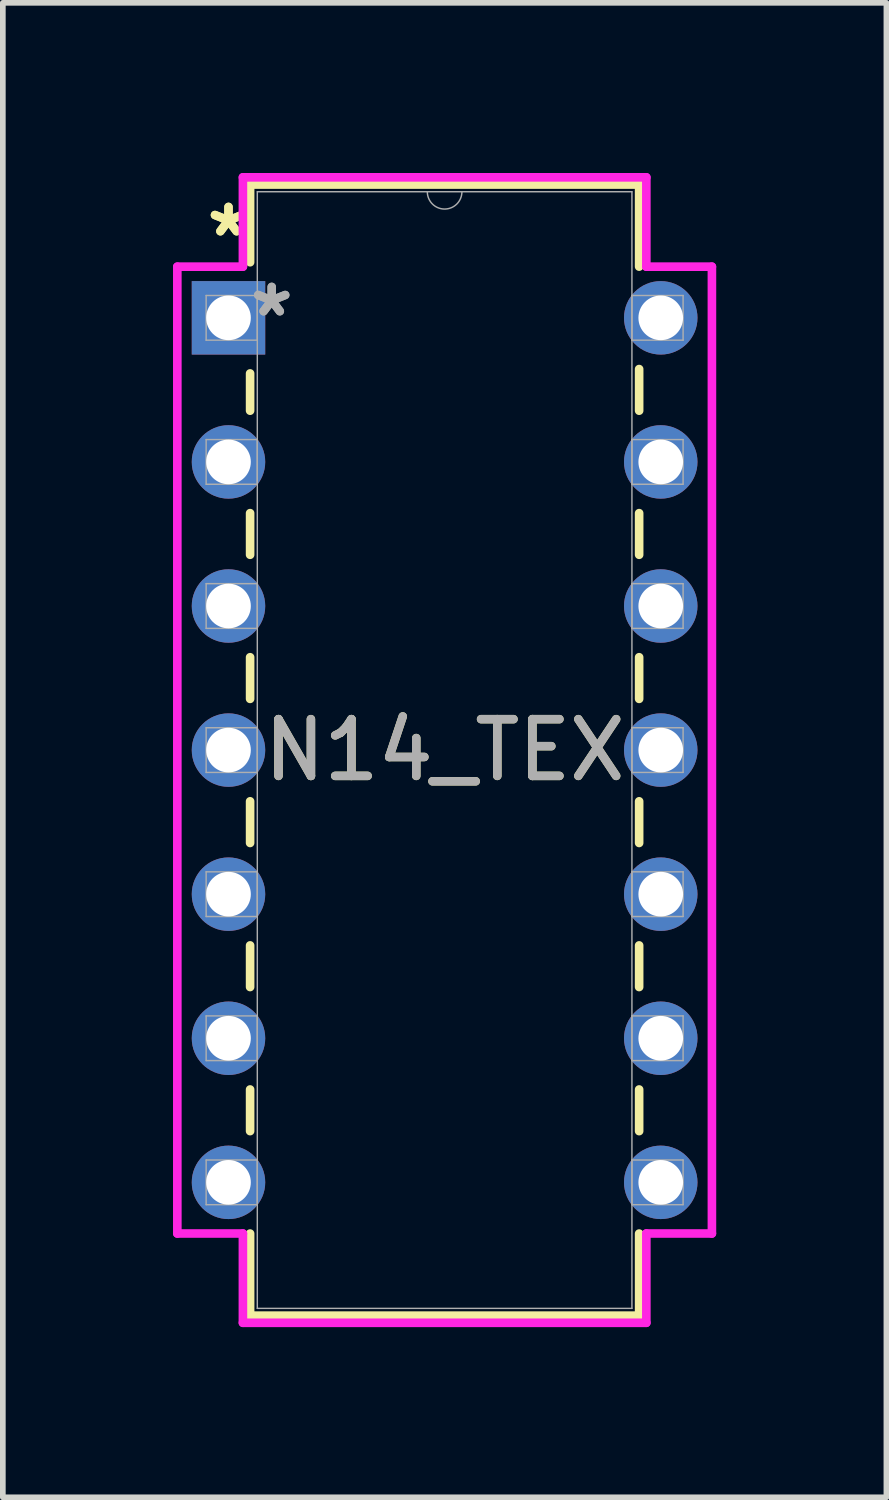
<source format=kicad_pcb>
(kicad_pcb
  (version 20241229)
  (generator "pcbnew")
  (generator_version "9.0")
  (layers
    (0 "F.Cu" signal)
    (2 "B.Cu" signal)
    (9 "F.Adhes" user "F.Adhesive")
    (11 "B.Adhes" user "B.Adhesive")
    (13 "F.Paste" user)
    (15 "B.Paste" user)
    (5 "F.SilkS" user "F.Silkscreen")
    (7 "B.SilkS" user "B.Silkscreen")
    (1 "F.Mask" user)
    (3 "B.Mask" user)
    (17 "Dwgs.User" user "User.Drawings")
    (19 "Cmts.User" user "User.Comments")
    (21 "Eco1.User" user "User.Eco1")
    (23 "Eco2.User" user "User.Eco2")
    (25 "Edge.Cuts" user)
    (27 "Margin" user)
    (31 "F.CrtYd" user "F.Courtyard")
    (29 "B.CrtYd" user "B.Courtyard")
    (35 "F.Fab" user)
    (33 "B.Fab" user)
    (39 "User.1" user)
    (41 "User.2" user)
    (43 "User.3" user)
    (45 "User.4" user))
  (footprint "N14_TEX"
    (layer "F.Cu")
    (at 0.978 2.553)
    (property "Reference" "N14_TEX" (at 3.81 7.62 0) (unlocked yes) (layer "F.SilkS") (effects (font (size 1 1) (thickness 0.15))))
    (attr through_hole)
    (fp_line (start 0.381 -2.349) (end 0.381 -0.98) (stroke (width 0.152) (type solid)) (layer "F.SilkS"))
    (fp_line (start 0.381 0.98) (end 0.381 1.637) (stroke (width 0.152) (type solid)) (layer "F.SilkS"))
    (fp_line (start 0.381 3.443) (end 0.381 4.177) (stroke (width 0.152) (type solid)) (layer "F.SilkS"))
    (fp_line (start 0.381 5.983) (end 0.381 6.717) (stroke (width 0.152) (type solid)) (layer "F.SilkS"))
    (fp_line (start 0.381 8.523) (end 0.381 9.257) (stroke (width 0.152) (type solid)) (layer "F.SilkS"))
    (fp_line (start 0.381 11.063) (end 0.381 11.797) (stroke (width 0.152) (type solid)) (layer "F.SilkS"))
    (fp_line (start 0.381 13.603) (end 0.381 14.337) (stroke (width 0.152) (type solid)) (layer "F.SilkS"))
    (fp_line (start 0.381 16.143) (end 0.381 17.59) (stroke (width 0.152) (type solid)) (layer "F.SilkS"))
    (fp_line (start 0.381 17.59) (end 7.239 17.59) (stroke (width 0.152) (type solid)) (layer "F.SilkS"))
    (fp_line (start 7.239 -2.349) (end 0.381 -2.349) (stroke (width 0.152) (type solid)) (layer "F.SilkS"))
    (fp_line (start 7.239 -0.903) (end 7.239 -2.349) (stroke (width 0.152) (type solid)) (layer "F.SilkS"))
    (fp_line (start 7.239 1.637) (end 7.239 0.903) (stroke (width 0.152) (type solid)) (layer "F.SilkS"))
    (fp_line (start 7.239 4.177) (end 7.239 3.443) (stroke (width 0.152) (type solid)) (layer "F.SilkS"))
    (fp_line (start 7.239 6.717) (end 7.239 5.983) (stroke (width 0.152) (type solid)) (layer "F.SilkS"))
    (fp_line (start 7.239 9.257) (end 7.239 8.523) (stroke (width 0.152) (type solid)) (layer "F.SilkS"))
    (fp_line (start 7.239 11.797) (end 7.239 11.063) (stroke (width 0.152) (type solid)) (layer "F.SilkS"))
    (fp_line (start 7.239 14.337) (end 7.239 13.603) (stroke (width 0.152) (type solid)) (layer "F.SilkS"))
    (fp_line (start 7.239 17.59) (end 7.239 16.143) (stroke (width 0.152) (type solid)) (layer "F.SilkS"))
    (fp_line (start -0.902 -0.902) (end 0.254 -0.902) (stroke (width 0.152) (type solid)) (layer "F.CrtYd"))
    (fp_line (start -0.902 16.142) (end -0.902 -0.902) (stroke (width 0.152) (type solid)) (layer "F.CrtYd"))
    (fp_line (start 0.254 -2.477) (end 7.366 -2.477) (stroke (width 0.152) (type solid)) (layer "F.CrtYd"))
    (fp_line (start 0.254 -0.902) (end 0.254 -2.477) (stroke (width 0.152) (type solid)) (layer "F.CrtYd"))
    (fp_line (start 0.254 16.142) (end -0.902 16.142) (stroke (width 0.152) (type solid)) (layer "F.CrtYd"))
    (fp_line (start 0.254 17.716) (end 0.254 16.142) (stroke (width 0.152) (type solid)) (layer "F.CrtYd"))
    (fp_line (start 7.366 -2.477) (end 7.366 -0.902) (stroke (width 0.152) (type solid)) (layer "F.CrtYd"))
    (fp_line (start 7.366 16.142) (end 7.366 17.716) (stroke (width 0.152) (type solid)) (layer "F.CrtYd"))
    (fp_line (start 7.366 17.716) (end 0.254 17.716) (stroke (width 0.152) (type solid)) (layer "F.CrtYd"))
    (fp_line (start 8.522 -0.902) (end 7.366 -0.902) (stroke (width 0.152) (type solid)) (layer "F.CrtYd"))
    (fp_line (start 8.522 -0.902) (end 8.522 16.142) (stroke (width 0.152) (type solid)) (layer "F.CrtYd"))
    (fp_line (start 8.522 16.142) (end 7.366 16.142) (stroke (width 0.152) (type solid)) (layer "F.CrtYd"))
    (fp_line (start -0.394 -0.394) (end -0.394 0.394) (stroke (width 0.025) (type solid)) (layer "F.Fab"))
    (fp_line (start -0.394 0.394) (end 0.508 0.394) (stroke (width 0.025) (type solid)) (layer "F.Fab"))
    (fp_line (start -0.394 2.146) (end -0.394 2.934) (stroke (width 0.025) (type solid)) (layer "F.Fab"))
    (fp_line (start -0.394 2.934) (end 0.508 2.934) (stroke (width 0.025) (type solid)) (layer "F.Fab"))
    (fp_line (start -0.394 4.686) (end -0.394 5.474) (stroke (width 0.025) (type solid)) (layer "F.Fab"))
    (fp_line (start -0.394 5.474) (end 0.508 5.474) (stroke (width 0.025) (type solid)) (layer "F.Fab"))
    (fp_line (start -0.394 7.226) (end -0.394 8.014) (stroke (width 0.025) (type solid)) (layer "F.Fab"))
    (fp_line (start -0.394 8.014) (end 0.508 8.014) (stroke (width 0.025) (type solid)) (layer "F.Fab"))
    (fp_line (start -0.394 9.766) (end -0.394 10.554) (stroke (width 0.025) (type solid)) (layer "F.Fab"))
    (fp_line (start -0.394 10.554) (end 0.508 10.554) (stroke (width 0.025) (type solid)) (layer "F.Fab"))
    (fp_line (start -0.394 12.306) (end -0.394 13.094) (stroke (width 0.025) (type solid)) (layer "F.Fab"))
    (fp_line (start -0.394 13.094) (end 0.508 13.094) (stroke (width 0.025) (type solid)) (layer "F.Fab"))
    (fp_line (start -0.394 14.846) (end -0.394 15.634) (stroke (width 0.025) (type solid)) (layer "F.Fab"))
    (fp_line (start -0.394 15.634) (end 0.508 15.634) (stroke (width 0.025) (type solid)) (layer "F.Fab"))
    (fp_line (start 0.508 -2.223) (end 0.508 17.462) (stroke (width 0.025) (type solid)) (layer "F.Fab"))
    (fp_line (start 0.508 -0.394) (end -0.394 -0.394) (stroke (width 0.025) (type solid)) (layer "F.Fab"))
    (fp_line (start 0.508 0.394) (end 0.508 -0.394) (stroke (width 0.025) (type solid)) (layer "F.Fab"))
    (fp_line (start 0.508 2.146) (end -0.394 2.146) (stroke (width 0.025) (type solid)) (layer "F.Fab"))
    (fp_line (start 0.508 2.934) (end 0.508 2.146) (stroke (width 0.025) (type solid)) (layer "F.Fab"))
    (fp_line (start 0.508 4.686) (end -0.394 4.686) (stroke (width 0.025) (type solid)) (layer "F.Fab"))
    (fp_line (start 0.508 5.474) (end 0.508 4.686) (stroke (width 0.025) (type solid)) (layer "F.Fab"))
    (fp_line (start 0.508 7.226) (end -0.394 7.226) (stroke (width 0.025) (type solid)) (layer "F.Fab"))
    (fp_line (start 0.508 8.014) (end 0.508 7.226) (stroke (width 0.025) (type solid)) (layer "F.Fab"))
    (fp_line (start 0.508 9.766) (end -0.394 9.766) (stroke (width 0.025) (type solid)) (layer "F.Fab"))
    (fp_line (start 0.508 10.554) (end 0.508 9.766) (stroke (width 0.025) (type solid)) (layer "F.Fab"))
    (fp_line (start 0.508 12.306) (end -0.394 12.306) (stroke (width 0.025) (type solid)) (layer "F.Fab"))
    (fp_line (start 0.508 13.094) (end 0.508 12.306) (stroke (width 0.025) (type solid)) (layer "F.Fab"))
    (fp_line (start 0.508 14.846) (end -0.394 14.846) (stroke (width 0.025) (type solid)) (layer "F.Fab"))
    (fp_line (start 0.508 15.634) (end 0.508 14.846) (stroke (width 0.025) (type solid)) (layer "F.Fab"))
    (fp_line (start 0.508 17.462) (end 7.112 17.462) (stroke (width 0.025) (type solid)) (layer "F.Fab"))
    (fp_line (start 7.112 -2.223) (end 0.508 -2.223) (stroke (width 0.025) (type solid)) (layer "F.Fab"))
    (fp_line (start 7.112 -0.394) (end 7.112 0.394) (stroke (width 0.025) (type solid)) (layer "F.Fab"))
    (fp_line (start 7.112 0.394) (end 8.014 0.394) (stroke (width 0.025) (type solid)) (layer "F.Fab"))
    (fp_line (start 7.112 2.146) (end 7.112 2.934) (stroke (width 0.025) (type solid)) (layer "F.Fab"))
    (fp_line (start 7.112 2.934) (end 8.014 2.934) (stroke (width 0.025) (type solid)) (layer "F.Fab"))
    (fp_line (start 7.112 4.686) (end 7.112 5.474) (stroke (width 0.025) (type solid)) (layer "F.Fab"))
    (fp_line (start 7.112 5.474) (end 8.014 5.474) (stroke (width 0.025) (type solid)) (layer "F.Fab"))
    (fp_line (start 7.112 7.226) (end 7.112 8.014) (stroke (width 0.025) (type solid)) (layer "F.Fab"))
    (fp_line (start 7.112 8.014) (end 8.014 8.014) (stroke (width 0.025) (type solid)) (layer "F.Fab"))
    (fp_line (start 7.112 9.766) (end 7.112 10.554) (stroke (width 0.025) (type solid)) (layer "F.Fab"))
    (fp_line (start 7.112 10.554) (end 8.014 10.554) (stroke (width 0.025) (type solid)) (layer "F.Fab"))
    (fp_line (start 7.112 12.306) (end 7.112 13.094) (stroke (width 0.025) (type solid)) (layer "F.Fab"))
    (fp_line (start 7.112 13.094) (end 8.014 13.094) (stroke (width 0.025) (type solid)) (layer "F.Fab"))
    (fp_line (start 7.112 14.846) (end 7.112 15.634) (stroke (width 0.025) (type solid)) (layer "F.Fab"))
    (fp_line (start 7.112 15.634) (end 8.014 15.634) (stroke (width 0.025) (type solid)) (layer "F.Fab"))
    (fp_line (start 7.112 17.462) (end 7.112 -2.223) (stroke (width 0.025) (type solid)) (layer "F.Fab"))
    (fp_line (start 8.014 -0.394) (end 7.112 -0.394) (stroke (width 0.025) (type solid)) (layer "F.Fab"))
    (fp_line (start 8.014 0.394) (end 8.014 -0.394) (stroke (width 0.025) (type solid)) (layer "F.Fab"))
    (fp_line (start 8.014 2.146) (end 7.112 2.146) (stroke (width 0.025) (type solid)) (layer "F.Fab"))
    (fp_line (start 8.014 2.934) (end 8.014 2.146) (stroke (width 0.025) (type solid)) (layer "F.Fab"))
    (fp_line (start 8.014 4.686) (end 7.112 4.686) (stroke (width 0.025) (type solid)) (layer "F.Fab"))
    (fp_line (start 8.014 5.474) (end 8.014 4.686) (stroke (width 0.025) (type solid)) (layer "F.Fab"))
    (fp_line (start 8.014 7.226) (end 7.112 7.226) (stroke (width 0.025) (type solid)) (layer "F.Fab"))
    (fp_line (start 8.014 8.014) (end 8.014 7.226) (stroke (width 0.025) (type solid)) (layer "F.Fab"))
    (fp_line (start 8.014 9.766) (end 7.112 9.766) (stroke (width 0.025) (type solid)) (layer "F.Fab"))
    (fp_line (start 8.014 10.554) (end 8.014 9.766) (stroke (width 0.025) (type solid)) (layer "F.Fab"))
    (fp_line (start 8.014 12.306) (end 7.112 12.306) (stroke (width 0.025) (type solid)) (layer "F.Fab"))
    (fp_line (start 8.014 13.094) (end 8.014 12.306) (stroke (width 0.025) (type solid)) (layer "F.Fab"))
    (fp_line (start 8.014 14.846) (end 7.112 14.846) (stroke (width 0.025) (type solid)) (layer "F.Fab"))
    (fp_line (start 8.014 15.634) (end 8.014 14.846) (stroke (width 0.025) (type solid)) (layer "F.Fab"))
    (fp_arc (start 4.1148 -2.2225) (mid 3.81 -1.9177) (end 3.5052 -2.2225) (stroke (width 0.0254) (type solid)) (layer "F.Fab"))
    (fp_text user "*" (at 0 -1.41 0) (layer "F.SilkS") (effects (font (size 1 1) (thickness 0.15))))
    (fp_text user "*" (at 0 -1.41 0) (unlocked yes) (layer "F.SilkS") (effects (font (size 1 1) (thickness 0.15))))
    (fp_text user "*" (at 0.762 0 0) (unlocked yes) (layer "F.Fab") (effects (font (size 1 1) (thickness 0.15))))
    (fp_text user "${REFERENCE}" (at 3.81 7.62 0) (unlocked yes) (layer "F.Fab") (effects (font (size 1 1) (thickness 0.15))))
    (fp_text user "*" (at 0.762 0 0) (layer "F.Fab") (effects (font (size 1 1) (thickness 0.15))))
    (pad "1" thru_hole rect (at 0 0) (size 1.295 1.295) (drill 0.787) (layers "*.Cu" "*.Mask"))
    (pad "2" thru_hole circle (at 0 2.54) (size 1.295 1.295) (drill 0.787) (layers "*.Cu" "*.Mask"))
    (pad "3" thru_hole circle (at 0 5.08) (size 1.295 1.295) (drill 0.787) (layers "*.Cu" "*.Mask"))
    (pad "4" thru_hole circle (at 0 7.62) (size 1.295 1.295) (drill 0.787) (layers "*.Cu" "*.Mask"))
    (pad "5" thru_hole circle (at 0 10.16) (size 1.295 1.295) (drill 0.787) (layers "*.Cu" "*.Mask"))
    (pad "6" thru_hole circle (at 0 12.7) (size 1.295 1.295) (drill 0.787) (layers "*.Cu" "*.Mask"))
    (pad "7" thru_hole circle (at 0 15.24) (size 1.295 1.295) (drill 0.787) (layers "*.Cu" "*.Mask"))
    (pad "8" thru_hole circle (at 7.62 15.24) (size 1.295 1.295) (drill 0.787) (layers "*.Cu" "*.Mask"))
    (pad "9" thru_hole circle (at 7.62 12.7) (size 1.295 1.295) (drill 0.787) (layers "*.Cu" "*.Mask"))
    (pad "10" thru_hole circle (at 7.62 10.16) (size 1.295 1.295) (drill 0.787) (layers "*.Cu" "*.Mask"))
    (pad "11" thru_hole circle (at 7.62 7.62) (size 1.295 1.295) (drill 0.787) (layers "*.Cu" "*.Mask"))
    (pad "12" thru_hole circle (at 7.62 5.08) (size 1.295 1.295) (drill 0.787) (layers "*.Cu" "*.Mask"))
    (pad "13" thru_hole circle (at 7.62 2.54) (size 1.295 1.295) (drill 0.787) (layers "*.Cu" "*.Mask"))
    (pad "14" thru_hole circle (at 7.62 0) (size 1.295 1.295) (drill 0.787) (layers "*.Cu" "*.Mask")))
  (gr_rect
    (start -3 -3)
    (end 12.576 23.345)
    (stroke (width 0.1) (type default))
    (fill no)
    (layer "Edge.Cuts")))
</source>
